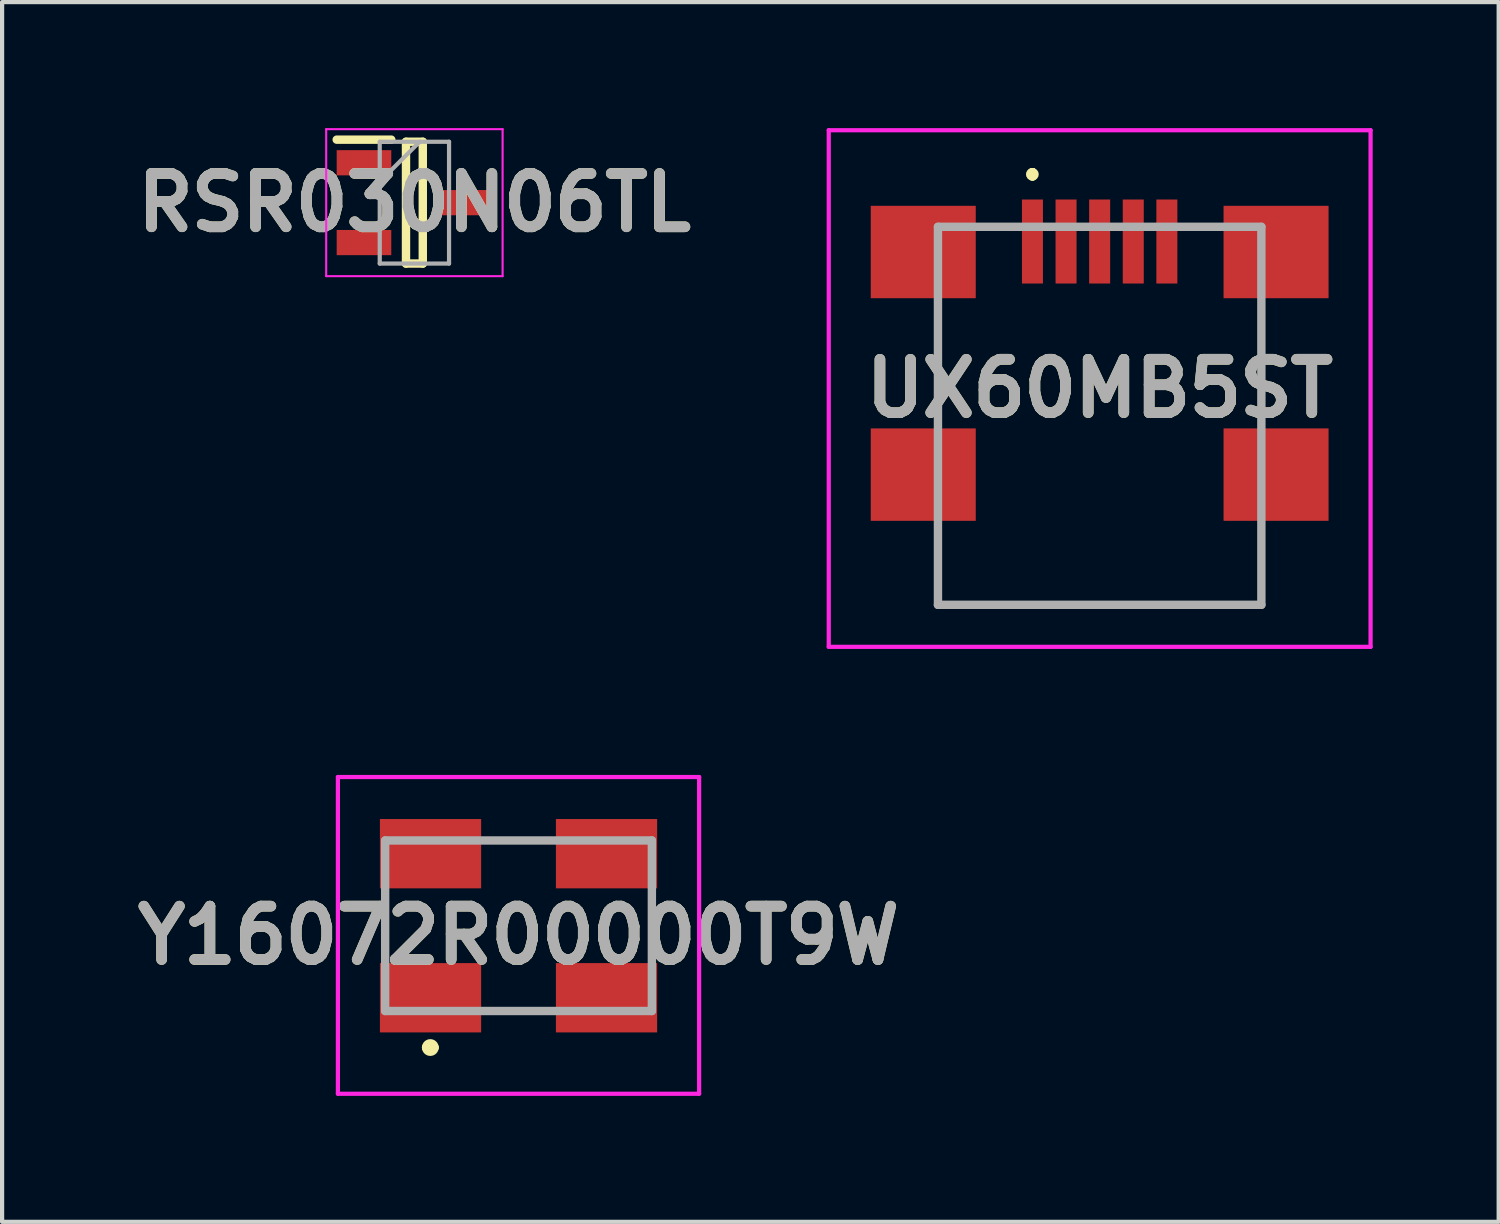
<source format=kicad_pcb>
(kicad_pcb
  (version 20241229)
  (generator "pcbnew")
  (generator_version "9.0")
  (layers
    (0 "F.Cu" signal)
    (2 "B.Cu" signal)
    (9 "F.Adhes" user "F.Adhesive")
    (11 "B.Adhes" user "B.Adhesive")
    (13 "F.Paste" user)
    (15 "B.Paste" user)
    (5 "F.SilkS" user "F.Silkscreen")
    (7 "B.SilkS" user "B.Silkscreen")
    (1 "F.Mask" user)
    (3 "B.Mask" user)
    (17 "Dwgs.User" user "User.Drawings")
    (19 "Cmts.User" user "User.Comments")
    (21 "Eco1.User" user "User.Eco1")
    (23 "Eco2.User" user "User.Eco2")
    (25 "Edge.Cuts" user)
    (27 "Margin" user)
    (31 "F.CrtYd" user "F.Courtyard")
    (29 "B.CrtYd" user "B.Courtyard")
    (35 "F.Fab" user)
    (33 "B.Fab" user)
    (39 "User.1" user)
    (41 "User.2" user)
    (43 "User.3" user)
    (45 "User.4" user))
  (footprint "Y16072R00000T9W"
    (layer "F.Cu")
    (at 9.295 19.22)
    (property "Reference" "Y16072R00000T9W" (at 0 0 0) (layer "F.SilkS") (effects (font (size 1.27 1.27) (thickness 0.254))))
    (attr smd)
    (fp_line (start -3.175 -0.73) (end -3.175 0.27) (stroke (width 0.1) (type solid)) (layer "F.SilkS"))
    (fp_line (start -2.2 2.67) (end -2.2 2.67) (stroke (width 0.2) (type solid)) (layer "F.SilkS"))
    (fp_line (start -2 2.67) (end -2 2.67) (stroke (width 0.2) (type solid)) (layer "F.SilkS"))
    (fp_line (start -0.5 -2.26) (end 0.5 -2.26) (stroke (width 0.1) (type solid)) (layer "F.SilkS"))
    (fp_line (start -0.5 1.8) (end 0.5 1.8) (stroke (width 0.1) (type solid)) (layer "F.SilkS"))
    (fp_line (start 3.175 -0.73) (end 3.175 0.27) (stroke (width 0.1) (type solid)) (layer "F.SilkS"))
    (fp_arc (start -2.2 2.67) (mid -2.1 2.57) (end -2 2.67) (stroke (width 0.2) (type solid)) (layer "F.SilkS"))
    (fp_arc (start -2 2.67) (mid -2.1 2.77) (end -2.2 2.67) (stroke (width 0.2) (type solid)) (layer "F.SilkS"))
    (fp_line (start -4.3 -3.77) (end 4.3 -3.77) (stroke (width 0.1) (type solid)) (layer "F.CrtYd"))
    (fp_line (start -4.3 3.77) (end -4.3 -3.77) (stroke (width 0.1) (type solid)) (layer "F.CrtYd"))
    (fp_line (start 4.3 -3.77) (end 4.3 3.77) (stroke (width 0.1) (type solid)) (layer "F.CrtYd"))
    (fp_line (start 4.3 3.77) (end -4.3 3.77) (stroke (width 0.1) (type solid)) (layer "F.CrtYd"))
    (fp_line (start -3.175 -2.26) (end 3.175 -2.26) (stroke (width 0.2) (type solid)) (layer "F.Fab"))
    (fp_line (start -3.175 1.8) (end -3.175 -2.26) (stroke (width 0.2) (type solid)) (layer "F.Fab"))
    (fp_line (start 3.175 -2.26) (end 3.175 1.8) (stroke (width 0.2) (type solid)) (layer "F.Fab"))
    (fp_line (start 3.175 1.8) (end -3.175 1.8) (stroke (width 0.2) (type solid)) (layer "F.Fab"))
    (fp_text user "${REFERENCE}" (at 0 0 0) (layer "F.Fab") (effects (font (size 1.27 1.27) (thickness 0.254))))
    (pad "E1" smd rect (at 2.095 1.485 90) (size 1.65 2.41) (layers "F.Cu" "F.Mask" "F.Paste"))
    (pad "E2" smd rect (at 2.095 -1.945 90) (size 1.65 2.41) (layers "F.Cu" "F.Mask" "F.Paste"))
    (pad "I1" smd rect (at -2.095 1.485 90) (size 1.65 2.41) (layers "F.Cu" "F.Mask" "F.Paste"))
    (pad "I2" smd rect (at -2.095 -1.945 90) (size 1.65 2.41) (layers "F.Cu" "F.Mask" "F.Paste")))
  (footprint "UX60MB5ST"
    (layer "F.Cu")
    (at 23.131 6.85)
    (property "Reference" "UX60MB5ST" (at 0 -0.65 0) (layer "F.SilkS") (effects (font (size 1.27 1.27) (thickness 0.254))))
    (attr through_hole)
    (fp_line (start -3.85 3.25) (end -3.85 4.5) (stroke (width 0.1) (type solid)) (layer "F.SilkS"))
    (fp_line (start -3.85 4.5) (end 3.85 4.5) (stroke (width 0.1) (type solid)) (layer "F.SilkS"))
    (fp_line (start -1.6 -5.8) (end -1.6 -5.8) (stroke (width 0.2) (type solid)) (layer "F.SilkS"))
    (fp_line (start -1.6 -5.8) (end -1.6 -5.8) (stroke (width 0.2) (type solid)) (layer "F.SilkS"))
    (fp_line (start -1.6 -5.7) (end -1.6 -5.7) (stroke (width 0.2) (type solid)) (layer "F.SilkS"))
    (fp_line (start 3.85 4.5) (end 3.85 3.25) (stroke (width 0.1) (type solid)) (layer "F.SilkS"))
    (fp_arc (start -1.6 -5.8) (mid -1.55 -5.75) (end -1.6 -5.7) (stroke (width 0.2) (type solid)) (layer "F.SilkS"))
    (fp_arc (start -1.6 -5.7) (mid -1.65 -5.75) (end -1.6 -5.8) (stroke (width 0.2) (type solid)) (layer "F.SilkS"))
    (fp_arc (start -1.6 -5.7) (mid -1.65 -5.75) (end -1.6 -5.8) (stroke (width 0.2) (type solid)) (layer "F.SilkS"))
    (fp_line (start -6.45 -6.8) (end 6.45 -6.8) (stroke (width 0.1) (type solid)) (layer "F.CrtYd"))
    (fp_line (start -6.45 5.5) (end -6.45 -6.8) (stroke (width 0.1) (type solid)) (layer "F.CrtYd"))
    (fp_line (start 6.45 -6.8) (end 6.45 5.5) (stroke (width 0.1) (type solid)) (layer "F.CrtYd"))
    (fp_line (start 6.45 5.5) (end -6.45 5.5) (stroke (width 0.1) (type solid)) (layer "F.CrtYd"))
    (fp_line (start -3.85 -4.5) (end 3.85 -4.5) (stroke (width 0.2) (type solid)) (layer "F.Fab"))
    (fp_line (start -3.85 4.5) (end -3.85 -4.5) (stroke (width 0.2) (type solid)) (layer "F.Fab"))
    (fp_line (start 3.85 -4.5) (end 3.85 4.5) (stroke (width 0.2) (type solid)) (layer "F.Fab"))
    (fp_line (start 3.85 4.5) (end -3.85 4.5) (stroke (width 0.2) (type solid)) (layer "F.Fab"))
    (fp_text user "${REFERENCE}" (at 0 -0.65 0) (layer "F.Fab") (effects (font (size 1.27 1.27) (thickness 0.254))))
    (pad "" np_thru_hole circle (at -1.75 -1.9) (size 0.001 0.001) (drill 0.9) (layers "*.Cu" "*.Mask"))
    (pad "" np_thru_hole circle (at 1.75 -1.9) (size 0.001 0.001) (drill 0.9) (layers "*.Cu" "*.Mask"))
    (pad "1" smd rect (at -1.6 -4.15) (size 0.5 2) (layers "F.Cu" "F.Mask" "F.Paste"))
    (pad "2" smd rect (at -0.8 -4.15) (size 0.5 2) (layers "F.Cu" "F.Mask" "F.Paste"))
    (pad "3" smd rect (at 0 -4.15) (size 0.5 2) (layers "F.Cu" "F.Mask" "F.Paste"))
    (pad "4" smd rect (at 0.8 -4.15) (size 0.5 2) (layers "F.Cu" "F.Mask" "F.Paste"))
    (pad "5" smd rect (at 1.6 -4.15) (size 0.5 2) (layers "F.Cu" "F.Mask" "F.Paste"))
    (pad "6" smd rect (at -4.2 -3.9 90) (size 2.2 2.5) (layers "F.Cu" "F.Mask" "F.Paste"))
    (pad "7" smd rect (at 4.2 -3.9 90) (size 2.2 2.5) (layers "F.Cu" "F.Mask" "F.Paste"))
    (pad "8" smd rect (at -4.2 1.4 90) (size 2.2 2.5) (layers "F.Cu" "F.Mask" "F.Paste"))
    (pad "9" smd rect (at 4.2 1.4 90) (size 2.2 2.5) (layers "F.Cu" "F.Mask" "F.Paste")))
  (footprint "RSR030N06TL"
    (layer "F.Cu")
    (at 6.816 1.775)
    (property "Reference" "RSR030N06TL" (at 0 0 0) (layer "F.SilkS") (effects (font (size 1.27 1.27) (thickness 0.254))))
    (attr smd)
    (fp_line (start -1.85 -1.5) (end -0.55 -1.5) (stroke (width 0.2) (type solid)) (layer "F.SilkS"))
    (fp_line (start -0.2 -1.45) (end 0.2 -1.45) (stroke (width 0.2) (type solid)) (layer "F.SilkS"))
    (fp_line (start -0.2 1.45) (end -0.2 -1.45) (stroke (width 0.2) (type solid)) (layer "F.SilkS"))
    (fp_line (start 0.2 -1.45) (end 0.2 1.45) (stroke (width 0.2) (type solid)) (layer "F.SilkS"))
    (fp_line (start 0.2 1.45) (end -0.2 1.45) (stroke (width 0.2) (type solid)) (layer "F.SilkS"))
    (fp_line (start -2.1 -1.75) (end 2.1 -1.75) (stroke (width 0.05) (type solid)) (layer "F.CrtYd"))
    (fp_line (start -2.1 1.75) (end -2.1 -1.75) (stroke (width 0.05) (type solid)) (layer "F.CrtYd"))
    (fp_line (start 2.1 -1.75) (end 2.1 1.75) (stroke (width 0.05) (type solid)) (layer "F.CrtYd"))
    (fp_line (start 2.1 1.75) (end -2.1 1.75) (stroke (width 0.05) (type solid)) (layer "F.CrtYd"))
    (fp_line (start -0.825 -1.45) (end 0.825 -1.45) (stroke (width 0.1) (type solid)) (layer "F.Fab"))
    (fp_line (start -0.825 -0.5) (end 0.125 -1.45) (stroke (width 0.1) (type solid)) (layer "F.Fab"))
    (fp_line (start -0.825 1.45) (end -0.825 -1.45) (stroke (width 0.1) (type solid)) (layer "F.Fab"))
    (fp_line (start 0.825 -1.45) (end 0.825 1.45) (stroke (width 0.1) (type solid)) (layer "F.Fab"))
    (fp_line (start 0.825 1.45) (end -0.825 1.45) (stroke (width 0.1) (type solid)) (layer "F.Fab"))
    (fp_text user "${REFERENCE}" (at 0 0 0) (layer "F.Fab") (effects (font (size 1.27 1.27) (thickness 0.254))))
    (pad "1" smd rect (at -1.2 -0.95 90) (size 0.6 1.3) (layers "F.Cu" "F.Mask" "F.Paste"))
    (pad "2" smd rect (at -1.2 0.95 90) (size 0.6 1.3) (layers "F.Cu" "F.Mask" "F.Paste"))
    (pad "3" smd rect (at 1.2 0 90) (size 0.6 1.3) (layers "F.Cu" "F.Mask" "F.Paste")))
  (gr_rect
    (start -3 -3)
    (end 32.631 26.04)
    (stroke (width 0.1) (type default))
    (fill no)
    (layer "Edge.Cuts")))
</source>
